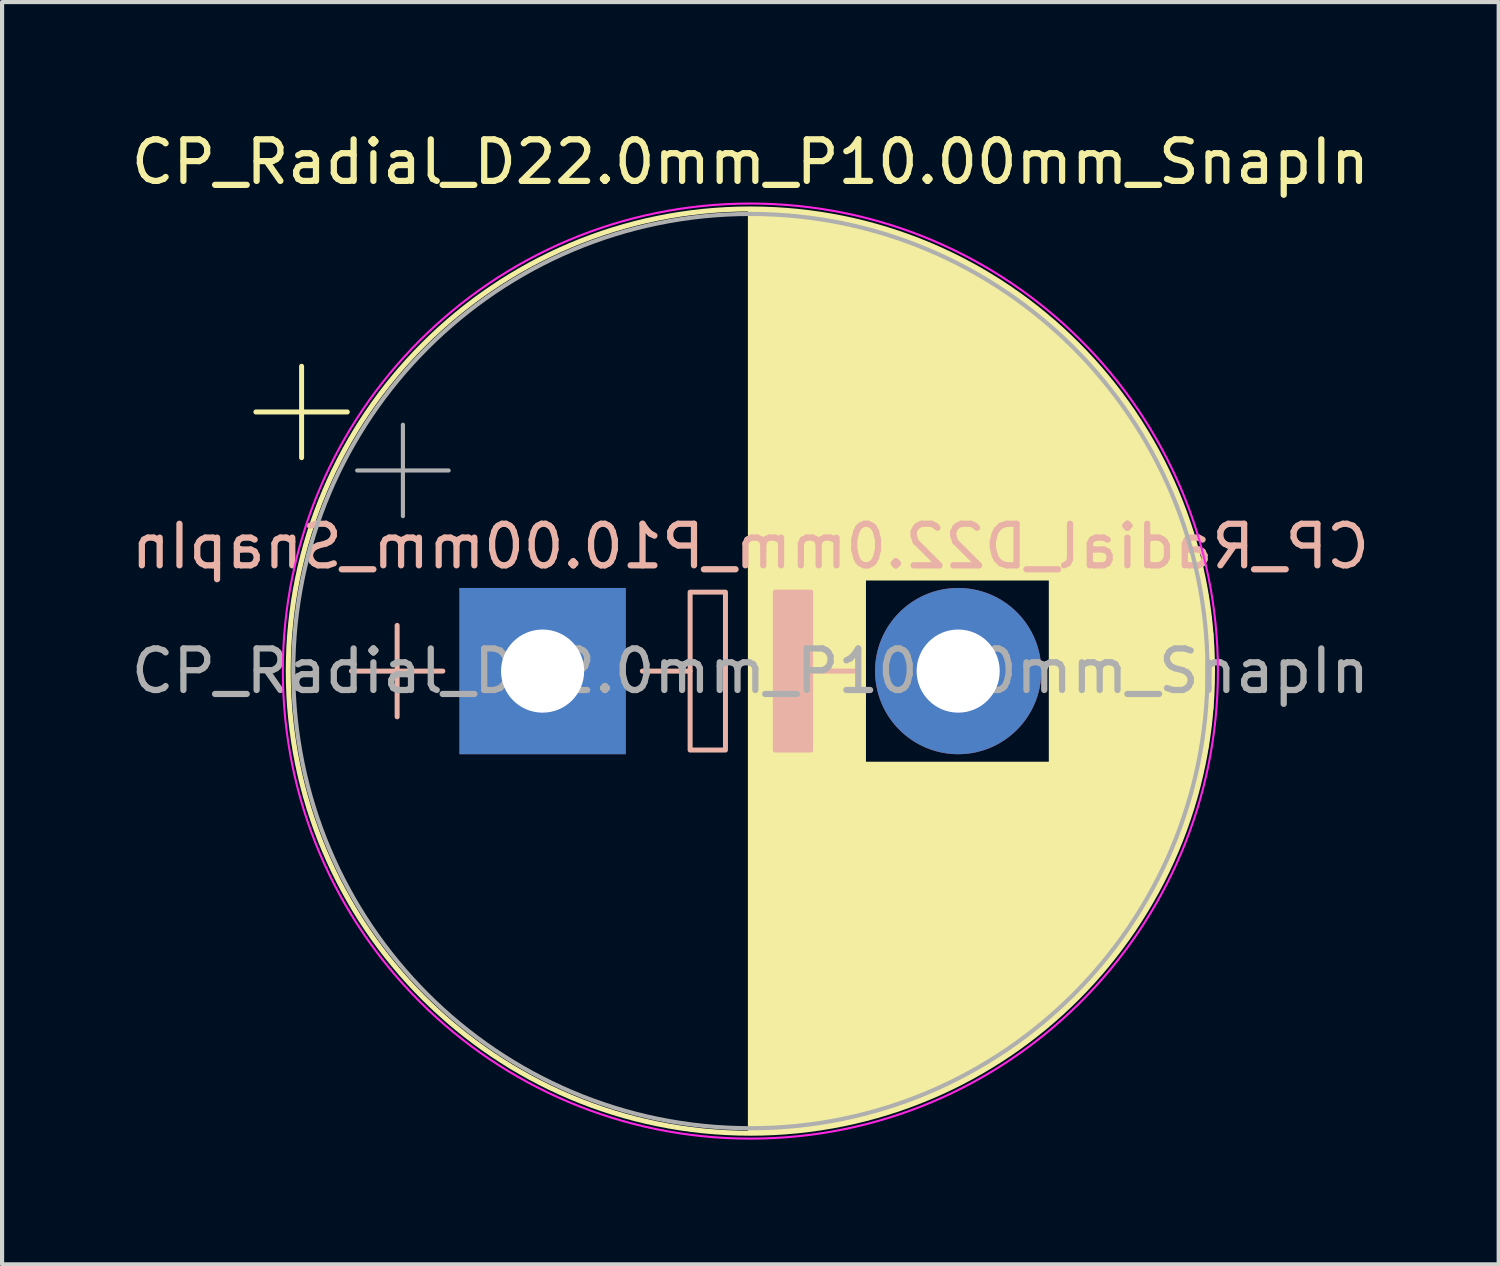
<source format=kicad_pcb>
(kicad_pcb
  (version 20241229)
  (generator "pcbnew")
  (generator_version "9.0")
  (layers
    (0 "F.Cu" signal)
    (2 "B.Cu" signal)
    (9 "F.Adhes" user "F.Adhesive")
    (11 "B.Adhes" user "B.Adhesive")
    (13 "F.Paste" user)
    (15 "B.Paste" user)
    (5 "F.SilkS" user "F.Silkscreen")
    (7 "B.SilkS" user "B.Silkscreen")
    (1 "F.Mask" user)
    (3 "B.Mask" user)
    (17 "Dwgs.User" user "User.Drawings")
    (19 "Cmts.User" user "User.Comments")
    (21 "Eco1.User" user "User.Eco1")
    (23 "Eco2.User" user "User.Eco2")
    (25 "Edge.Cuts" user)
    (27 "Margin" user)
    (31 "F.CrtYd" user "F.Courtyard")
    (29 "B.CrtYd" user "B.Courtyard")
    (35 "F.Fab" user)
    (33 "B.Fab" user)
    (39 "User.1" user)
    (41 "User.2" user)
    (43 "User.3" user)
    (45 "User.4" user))
  (footprint "CP_Radial_D22.0mm_P10.00mm_SnapIn"
    (layer "F.Cu")
    (at 10.006 13.098)
    (property "Reference" "CP_Radial_D22.0mm_P10.00mm_SnapIn" (at 5 -12.25 0) (layer "F.SilkS") (effects (font (size 1 1) (thickness 0.15))))
    (fp_line (start -6.899 -6.235) (end -4.699 -6.235) (stroke (width 0.12) (type solid)) (layer "F.SilkS"))
    (fp_line (start -5.799 -7.335) (end -5.799 -5.135) (stroke (width 0.12) (type solid)) (layer "F.SilkS"))
    (fp_line (start 5 -11.081) (end 5 11.081) (stroke (width 0.12) (type solid)) (layer "F.SilkS"))
    (fp_line (start 5.04 -11.08) (end 5.04 11.08) (stroke (width 0.12) (type solid)) (layer "F.SilkS"))
    (fp_line (start 5.08 -11.08) (end 5.08 11.08) (stroke (width 0.12) (type solid)) (layer "F.SilkS"))
    (fp_line (start 5.12 -11.08) (end 5.12 11.08) (stroke (width 0.12) (type solid)) (layer "F.SilkS"))
    (fp_line (start 5.16 -11.079) (end 5.16 11.079) (stroke (width 0.12) (type solid)) (layer "F.SilkS"))
    (fp_line (start 5.2 -11.079) (end 5.2 11.079) (stroke (width 0.12) (type solid)) (layer "F.SilkS"))
    (fp_line (start 5.24 -11.078) (end 5.24 11.078) (stroke (width 0.12) (type solid)) (layer "F.SilkS"))
    (fp_line (start 5.28 -11.077) (end 5.28 11.077) (stroke (width 0.12) (type solid)) (layer "F.SilkS"))
    (fp_line (start 5.32 -11.076) (end 5.32 11.076) (stroke (width 0.12) (type solid)) (layer "F.SilkS"))
    (fp_line (start 5.36 -11.075) (end 5.36 11.075) (stroke (width 0.12) (type solid)) (layer "F.SilkS"))
    (fp_line (start 5.4 -11.073) (end 5.4 11.073) (stroke (width 0.12) (type solid)) (layer "F.SilkS"))
    (fp_line (start 5.44 -11.072) (end 5.44 11.072) (stroke (width 0.12) (type solid)) (layer "F.SilkS"))
    (fp_line (start 5.48 -11.07) (end 5.48 11.07) (stroke (width 0.12) (type solid)) (layer "F.SilkS"))
    (fp_line (start 5.52 -11.068) (end 5.52 11.068) (stroke (width 0.12) (type solid)) (layer "F.SilkS"))
    (fp_line (start 5.56 -11.066) (end 5.56 11.066) (stroke (width 0.12) (type solid)) (layer "F.SilkS"))
    (fp_line (start 5.6 -11.064) (end 5.6 11.064) (stroke (width 0.12) (type solid)) (layer "F.SilkS"))
    (fp_line (start 5.64 -11.062) (end 5.64 11.062) (stroke (width 0.12) (type solid)) (layer "F.SilkS"))
    (fp_line (start 5.68 -11.06) (end 5.68 11.06) (stroke (width 0.12) (type solid)) (layer "F.SilkS"))
    (fp_line (start 5.721 -11.057) (end 5.721 11.057) (stroke (width 0.12) (type solid)) (layer "F.SilkS"))
    (fp_line (start 5.761 -11.054) (end 5.761 11.054) (stroke (width 0.12) (type solid)) (layer "F.SilkS"))
    (fp_line (start 5.801 -11.052) (end 5.801 11.052) (stroke (width 0.12) (type solid)) (layer "F.SilkS"))
    (fp_line (start 5.841 -11.049) (end 5.841 11.049) (stroke (width 0.12) (type solid)) (layer "F.SilkS"))
    (fp_line (start 5.881 -11.046) (end 5.881 11.046) (stroke (width 0.12) (type solid)) (layer "F.SilkS"))
    (fp_line (start 5.921 -11.042) (end 5.921 11.042) (stroke (width 0.12) (type solid)) (layer "F.SilkS"))
    (fp_line (start 5.961 -11.039) (end 5.961 11.039) (stroke (width 0.12) (type solid)) (layer "F.SilkS"))
    (fp_line (start 6.001 -11.035) (end 6.001 11.035) (stroke (width 0.12) (type solid)) (layer "F.SilkS"))
    (fp_line (start 6.041 -11.032) (end 6.041 11.032) (stroke (width 0.12) (type solid)) (layer "F.SilkS"))
    (fp_line (start 6.081 -11.028) (end 6.081 11.028) (stroke (width 0.12) (type solid)) (layer "F.SilkS"))
    (fp_line (start 6.121 -11.024) (end 6.121 11.024) (stroke (width 0.12) (type solid)) (layer "F.SilkS"))
    (fp_line (start 6.161 -11.02) (end 6.161 11.02) (stroke (width 0.12) (type solid)) (layer "F.SilkS"))
    (fp_line (start 6.201 -11.016) (end 6.201 11.016) (stroke (width 0.12) (type solid)) (layer "F.SilkS"))
    (fp_line (start 6.241 -11.011) (end 6.241 11.011) (stroke (width 0.12) (type solid)) (layer "F.SilkS"))
    (fp_line (start 6.281 -11.007) (end 6.281 11.007) (stroke (width 0.12) (type solid)) (layer "F.SilkS"))
    (fp_line (start 6.321 -11.002) (end 6.321 11.002) (stroke (width 0.12) (type solid)) (layer "F.SilkS"))
    (fp_line (start 6.361 -10.997) (end 6.361 10.997) (stroke (width 0.12) (type solid)) (layer "F.SilkS"))
    (fp_line (start 6.401 -10.992) (end 6.401 10.992) (stroke (width 0.12) (type solid)) (layer "F.SilkS"))
    (fp_line (start 6.441 -10.987) (end 6.441 10.987) (stroke (width 0.12) (type solid)) (layer "F.SilkS"))
    (fp_line (start 6.481 -10.982) (end 6.481 10.982) (stroke (width 0.12) (type solid)) (layer "F.SilkS"))
    (fp_line (start 6.521 -10.976) (end 6.521 10.976) (stroke (width 0.12) (type solid)) (layer "F.SilkS"))
    (fp_line (start 6.561 -10.971) (end 6.561 10.971) (stroke (width 0.12) (type solid)) (layer "F.SilkS"))
    (fp_line (start 6.601 -10.965) (end 6.601 10.965) (stroke (width 0.12) (type solid)) (layer "F.SilkS"))
    (fp_line (start 6.641 -10.959) (end 6.641 10.959) (stroke (width 0.12) (type solid)) (layer "F.SilkS"))
    (fp_line (start 6.681 -10.953) (end 6.681 10.953) (stroke (width 0.12) (type solid)) (layer "F.SilkS"))
    (fp_line (start 6.721 -10.947) (end 6.721 10.947) (stroke (width 0.12) (type solid)) (layer "F.SilkS"))
    (fp_line (start 6.761 -10.94) (end 6.761 10.94) (stroke (width 0.12) (type solid)) (layer "F.SilkS"))
    (fp_line (start 6.801 -10.934) (end 6.801 10.934) (stroke (width 0.12) (type solid)) (layer "F.SilkS"))
    (fp_line (start 6.841 -10.927) (end 6.841 10.927) (stroke (width 0.12) (type solid)) (layer "F.SilkS"))
    (fp_line (start 6.881 -10.92) (end 6.881 10.92) (stroke (width 0.12) (type solid)) (layer "F.SilkS"))
    (fp_line (start 6.921 -10.913) (end 6.921 10.913) (stroke (width 0.12) (type solid)) (layer "F.SilkS"))
    (fp_line (start 6.961 -10.906) (end 6.961 10.906) (stroke (width 0.12) (type solid)) (layer "F.SilkS"))
    (fp_line (start 7.001 -10.899) (end 7.001 10.899) (stroke (width 0.12) (type solid)) (layer "F.SilkS"))
    (fp_line (start 7.041 -10.892) (end 7.041 10.892) (stroke (width 0.12) (type solid)) (layer "F.SilkS"))
    (fp_line (start 7.081 -10.884) (end 7.081 10.884) (stroke (width 0.12) (type solid)) (layer "F.SilkS"))
    (fp_line (start 7.121 -10.877) (end 7.121 10.877) (stroke (width 0.12) (type solid)) (layer "F.SilkS"))
    (fp_line (start 7.161 -10.869) (end 7.161 10.869) (stroke (width 0.12) (type solid)) (layer "F.SilkS"))
    (fp_line (start 7.201 -10.861) (end 7.201 10.861) (stroke (width 0.12) (type solid)) (layer "F.SilkS"))
    (fp_line (start 7.241 -10.853) (end 7.241 10.853) (stroke (width 0.12) (type solid)) (layer "F.SilkS"))
    (fp_line (start 7.281 -10.844) (end 7.281 10.844) (stroke (width 0.12) (type solid)) (layer "F.SilkS"))
    (fp_line (start 7.321 -10.836) (end 7.321 10.836) (stroke (width 0.12) (type solid)) (layer "F.SilkS"))
    (fp_line (start 7.361 -10.827) (end 7.361 10.827) (stroke (width 0.12) (type solid)) (layer "F.SilkS"))
    (fp_line (start 7.401 -10.818) (end 7.401 10.818) (stroke (width 0.12) (type solid)) (layer "F.SilkS"))
    (fp_line (start 7.441 -10.809) (end 7.441 10.809) (stroke (width 0.12) (type solid)) (layer "F.SilkS"))
    (fp_line (start 7.481 -10.8) (end 7.481 10.8) (stroke (width 0.12) (type solid)) (layer "F.SilkS"))
    (fp_line (start 7.521 -10.791) (end 7.521 10.791) (stroke (width 0.12) (type solid)) (layer "F.SilkS"))
    (fp_line (start 7.561 -10.782) (end 7.561 10.782) (stroke (width 0.12) (type solid)) (layer "F.SilkS"))
    (fp_line (start 7.601 -10.772) (end 7.601 10.772) (stroke (width 0.12) (type solid)) (layer "F.SilkS"))
    (fp_line (start 7.641 -10.763) (end 7.641 10.763) (stroke (width 0.12) (type solid)) (layer "F.SilkS"))
    (fp_line (start 7.681 -10.753) (end 7.681 10.753) (stroke (width 0.12) (type solid)) (layer "F.SilkS"))
    (fp_line (start 7.721 -10.743) (end 7.721 10.743) (stroke (width 0.12) (type solid)) (layer "F.SilkS"))
    (fp_line (start 7.761 -10.733) (end 7.761 -2.24) (stroke (width 0.12) (type solid)) (layer "F.SilkS"))
    (fp_line (start 7.761 2.24) (end 7.761 10.733) (stroke (width 0.12) (type solid)) (layer "F.SilkS"))
    (fp_line (start 7.801 -10.722) (end 7.801 -2.24) (stroke (width 0.12) (type solid)) (layer "F.SilkS"))
    (fp_line (start 7.801 2.24) (end 7.801 10.722) (stroke (width 0.12) (type solid)) (layer "F.SilkS"))
    (fp_line (start 7.841 -10.712) (end 7.841 -2.24) (stroke (width 0.12) (type solid)) (layer "F.SilkS"))
    (fp_line (start 7.841 2.24) (end 7.841 10.712) (stroke (width 0.12) (type solid)) (layer "F.SilkS"))
    (fp_line (start 7.881 -10.701) (end 7.881 -2.24) (stroke (width 0.12) (type solid)) (layer "F.SilkS"))
    (fp_line (start 7.881 2.24) (end 7.881 10.701) (stroke (width 0.12) (type solid)) (layer "F.SilkS"))
    (fp_line (start 7.921 -10.69) (end 7.921 -2.24) (stroke (width 0.12) (type solid)) (layer "F.SilkS"))
    (fp_line (start 7.921 2.24) (end 7.921 10.69) (stroke (width 0.12) (type solid)) (layer "F.SilkS"))
    (fp_line (start 7.961 -10.679) (end 7.961 -2.24) (stroke (width 0.12) (type solid)) (layer "F.SilkS"))
    (fp_line (start 7.961 2.24) (end 7.961 10.679) (stroke (width 0.12) (type solid)) (layer "F.SilkS"))
    (fp_line (start 8.001 -10.668) (end 8.001 -2.24) (stroke (width 0.12) (type solid)) (layer "F.SilkS"))
    (fp_line (start 8.001 2.24) (end 8.001 10.668) (stroke (width 0.12) (type solid)) (layer "F.SilkS"))
    (fp_line (start 8.041 -10.657) (end 8.041 -2.24) (stroke (width 0.12) (type solid)) (layer "F.SilkS"))
    (fp_line (start 8.041 2.24) (end 8.041 10.657) (stroke (width 0.12) (type solid)) (layer "F.SilkS"))
    (fp_line (start 8.081 -10.645) (end 8.081 -2.24) (stroke (width 0.12) (type solid)) (layer "F.SilkS"))
    (fp_line (start 8.081 2.24) (end 8.081 10.645) (stroke (width 0.12) (type solid)) (layer "F.SilkS"))
    (fp_line (start 8.121 -10.634) (end 8.121 -2.24) (stroke (width 0.12) (type solid)) (layer "F.SilkS"))
    (fp_line (start 8.121 2.24) (end 8.121 10.634) (stroke (width 0.12) (type solid)) (layer "F.SilkS"))
    (fp_line (start 8.161 -10.622) (end 8.161 -2.24) (stroke (width 0.12) (type solid)) (layer "F.SilkS"))
    (fp_line (start 8.161 2.24) (end 8.161 10.622) (stroke (width 0.12) (type solid)) (layer "F.SilkS"))
    (fp_line (start 8.201 -10.61) (end 8.201 -2.24) (stroke (width 0.12) (type solid)) (layer "F.SilkS"))
    (fp_line (start 8.201 2.24) (end 8.201 10.61) (stroke (width 0.12) (type solid)) (layer "F.SilkS"))
    (fp_line (start 8.241 -10.598) (end 8.241 -2.24) (stroke (width 0.12) (type solid)) (layer "F.SilkS"))
    (fp_line (start 8.241 2.24) (end 8.241 10.598) (stroke (width 0.12) (type solid)) (layer "F.SilkS"))
    (fp_line (start 8.281 -10.586) (end 8.281 -2.24) (stroke (width 0.12) (type solid)) (layer "F.SilkS"))
    (fp_line (start 8.281 2.24) (end 8.281 10.586) (stroke (width 0.12) (type solid)) (layer "F.SilkS"))
    (fp_line (start 8.321 -10.573) (end 8.321 -2.24) (stroke (width 0.12) (type solid)) (layer "F.SilkS"))
    (fp_line (start 8.321 2.24) (end 8.321 10.573) (stroke (width 0.12) (type solid)) (layer "F.SilkS"))
    (fp_line (start 8.361 -10.561) (end 8.361 -2.24) (stroke (width 0.12) (type solid)) (layer "F.SilkS"))
    (fp_line (start 8.361 2.24) (end 8.361 10.561) (stroke (width 0.12) (type solid)) (layer "F.SilkS"))
    (fp_line (start 8.401 -10.548) (end 8.401 -2.24) (stroke (width 0.12) (type solid)) (layer "F.SilkS"))
    (fp_line (start 8.401 2.24) (end 8.401 10.548) (stroke (width 0.12) (type solid)) (layer "F.SilkS"))
    (fp_line (start 8.441 -10.535) (end 8.441 -2.24) (stroke (width 0.12) (type solid)) (layer "F.SilkS"))
    (fp_line (start 8.441 2.24) (end 8.441 10.535) (stroke (width 0.12) (type solid)) (layer "F.SilkS"))
    (fp_line (start 8.481 -10.522) (end 8.481 -2.24) (stroke (width 0.12) (type solid)) (layer "F.SilkS"))
    (fp_line (start 8.481 2.24) (end 8.481 10.522) (stroke (width 0.12) (type solid)) (layer "F.SilkS"))
    (fp_line (start 8.521 -10.509) (end 8.521 -2.24) (stroke (width 0.12) (type solid)) (layer "F.SilkS"))
    (fp_line (start 8.521 2.24) (end 8.521 10.509) (stroke (width 0.12) (type solid)) (layer "F.SilkS"))
    (fp_line (start 8.561 -10.495) (end 8.561 -2.24) (stroke (width 0.12) (type solid)) (layer "F.SilkS"))
    (fp_line (start 8.561 2.24) (end 8.561 10.495) (stroke (width 0.12) (type solid)) (layer "F.SilkS"))
    (fp_line (start 8.601 -10.482) (end 8.601 -2.24) (stroke (width 0.12) (type solid)) (layer "F.SilkS"))
    (fp_line (start 8.601 2.24) (end 8.601 10.482) (stroke (width 0.12) (type solid)) (layer "F.SilkS"))
    (fp_line (start 8.641 -10.468) (end 8.641 -2.24) (stroke (width 0.12) (type solid)) (layer "F.SilkS"))
    (fp_line (start 8.641 2.24) (end 8.641 10.468) (stroke (width 0.12) (type solid)) (layer "F.SilkS"))
    (fp_line (start 8.681 -10.454) (end 8.681 -2.24) (stroke (width 0.12) (type solid)) (layer "F.SilkS"))
    (fp_line (start 8.681 2.24) (end 8.681 10.454) (stroke (width 0.12) (type solid)) (layer "F.SilkS"))
    (fp_line (start 8.721 -10.44) (end 8.721 -2.24) (stroke (width 0.12) (type solid)) (layer "F.SilkS"))
    (fp_line (start 8.721 2.24) (end 8.721 10.44) (stroke (width 0.12) (type solid)) (layer "F.SilkS"))
    (fp_line (start 8.761 -10.426) (end 8.761 -2.24) (stroke (width 0.12) (type solid)) (layer "F.SilkS"))
    (fp_line (start 8.761 2.24) (end 8.761 10.426) (stroke (width 0.12) (type solid)) (layer "F.SilkS"))
    (fp_line (start 8.801 -10.411) (end 8.801 -2.24) (stroke (width 0.12) (type solid)) (layer "F.SilkS"))
    (fp_line (start 8.801 2.24) (end 8.801 10.411) (stroke (width 0.12) (type solid)) (layer "F.SilkS"))
    (fp_line (start 8.841 -10.396) (end 8.841 -2.24) (stroke (width 0.12) (type solid)) (layer "F.SilkS"))
    (fp_line (start 8.841 2.24) (end 8.841 10.396) (stroke (width 0.12) (type solid)) (layer "F.SilkS"))
    (fp_line (start 8.881 -10.382) (end 8.881 -2.24) (stroke (width 0.12) (type solid)) (layer "F.SilkS"))
    (fp_line (start 8.881 2.24) (end 8.881 10.382) (stroke (width 0.12) (type solid)) (layer "F.SilkS"))
    (fp_line (start 8.921 -10.367) (end 8.921 -2.24) (stroke (width 0.12) (type solid)) (layer "F.SilkS"))
    (fp_line (start 8.921 2.24) (end 8.921 10.367) (stroke (width 0.12) (type solid)) (layer "F.SilkS"))
    (fp_line (start 8.961 -10.351) (end 8.961 -2.24) (stroke (width 0.12) (type solid)) (layer "F.SilkS"))
    (fp_line (start 8.961 2.24) (end 8.961 10.351) (stroke (width 0.12) (type solid)) (layer "F.SilkS"))
    (fp_line (start 9.001 -10.336) (end 9.001 -2.24) (stroke (width 0.12) (type solid)) (layer "F.SilkS"))
    (fp_line (start 9.001 2.24) (end 9.001 10.336) (stroke (width 0.12) (type solid)) (layer "F.SilkS"))
    (fp_line (start 9.041 -10.321) (end 9.041 -2.24) (stroke (width 0.12) (type solid)) (layer "F.SilkS"))
    (fp_line (start 9.041 2.24) (end 9.041 10.321) (stroke (width 0.12) (type solid)) (layer "F.SilkS"))
    (fp_line (start 9.081 -10.305) (end 9.081 -2.24) (stroke (width 0.12) (type solid)) (layer "F.SilkS"))
    (fp_line (start 9.081 2.24) (end 9.081 10.305) (stroke (width 0.12) (type solid)) (layer "F.SilkS"))
    (fp_line (start 9.121 -10.289) (end 9.121 -2.24) (stroke (width 0.12) (type solid)) (layer "F.SilkS"))
    (fp_line (start 9.121 2.24) (end 9.121 10.289) (stroke (width 0.12) (type solid)) (layer "F.SilkS"))
    (fp_line (start 9.161 -10.273) (end 9.161 -2.24) (stroke (width 0.12) (type solid)) (layer "F.SilkS"))
    (fp_line (start 9.161 2.24) (end 9.161 10.273) (stroke (width 0.12) (type solid)) (layer "F.SilkS"))
    (fp_line (start 9.201 -10.257) (end 9.201 -2.24) (stroke (width 0.12) (type solid)) (layer "F.SilkS"))
    (fp_line (start 9.201 2.24) (end 9.201 10.257) (stroke (width 0.12) (type solid)) (layer "F.SilkS"))
    (fp_line (start 9.241 -10.24) (end 9.241 -2.24) (stroke (width 0.12) (type solid)) (layer "F.SilkS"))
    (fp_line (start 9.241 2.24) (end 9.241 10.24) (stroke (width 0.12) (type solid)) (layer "F.SilkS"))
    (fp_line (start 9.281 -10.224) (end 9.281 -2.24) (stroke (width 0.12) (type solid)) (layer "F.SilkS"))
    (fp_line (start 9.281 2.24) (end 9.281 10.224) (stroke (width 0.12) (type solid)) (layer "F.SilkS"))
    (fp_line (start 9.321 -10.207) (end 9.321 -2.24) (stroke (width 0.12) (type solid)) (layer "F.SilkS"))
    (fp_line (start 9.321 2.24) (end 9.321 10.207) (stroke (width 0.12) (type solid)) (layer "F.SilkS"))
    (fp_line (start 9.361 -10.19) (end 9.361 -2.24) (stroke (width 0.12) (type solid)) (layer "F.SilkS"))
    (fp_line (start 9.361 2.24) (end 9.361 10.19) (stroke (width 0.12) (type solid)) (layer "F.SilkS"))
    (fp_line (start 9.401 -10.173) (end 9.401 -2.24) (stroke (width 0.12) (type solid)) (layer "F.SilkS"))
    (fp_line (start 9.401 2.24) (end 9.401 10.173) (stroke (width 0.12) (type solid)) (layer "F.SilkS"))
    (fp_line (start 9.441 -10.156) (end 9.441 -2.24) (stroke (width 0.12) (type solid)) (layer "F.SilkS"))
    (fp_line (start 9.441 2.24) (end 9.441 10.156) (stroke (width 0.12) (type solid)) (layer "F.SilkS"))
    (fp_line (start 9.481 -10.138) (end 9.481 -2.24) (stroke (width 0.12) (type solid)) (layer "F.SilkS"))
    (fp_line (start 9.481 2.24) (end 9.481 10.138) (stroke (width 0.12) (type solid)) (layer "F.SilkS"))
    (fp_line (start 9.521 -10.12) (end 9.521 -2.24) (stroke (width 0.12) (type solid)) (layer "F.SilkS"))
    (fp_line (start 9.521 2.24) (end 9.521 10.12) (stroke (width 0.12) (type solid)) (layer "F.SilkS"))
    (fp_line (start 9.561 -10.103) (end 9.561 -2.24) (stroke (width 0.12) (type solid)) (layer "F.SilkS"))
    (fp_line (start 9.561 2.24) (end 9.561 10.103) (stroke (width 0.12) (type solid)) (layer "F.SilkS"))
    (fp_line (start 9.601 -10.084) (end 9.601 -2.24) (stroke (width 0.12) (type solid)) (layer "F.SilkS"))
    (fp_line (start 9.601 2.24) (end 9.601 10.084) (stroke (width 0.12) (type solid)) (layer "F.SilkS"))
    (fp_line (start 9.641 -10.066) (end 9.641 -2.24) (stroke (width 0.12) (type solid)) (layer "F.SilkS"))
    (fp_line (start 9.641 2.24) (end 9.641 10.066) (stroke (width 0.12) (type solid)) (layer "F.SilkS"))
    (fp_line (start 9.681 -10.048) (end 9.681 -2.24) (stroke (width 0.12) (type solid)) (layer "F.SilkS"))
    (fp_line (start 9.681 2.24) (end 9.681 10.048) (stroke (width 0.12) (type solid)) (layer "F.SilkS"))
    (fp_line (start 9.721 -10.029) (end 9.721 -2.24) (stroke (width 0.12) (type solid)) (layer "F.SilkS"))
    (fp_line (start 9.721 2.24) (end 9.721 10.029) (stroke (width 0.12) (type solid)) (layer "F.SilkS"))
    (fp_line (start 9.761 -10.01) (end 9.761 -2.24) (stroke (width 0.12) (type solid)) (layer "F.SilkS"))
    (fp_line (start 9.761 2.24) (end 9.761 10.01) (stroke (width 0.12) (type solid)) (layer "F.SilkS"))
    (fp_line (start 9.801 -9.991) (end 9.801 -2.24) (stroke (width 0.12) (type solid)) (layer "F.SilkS"))
    (fp_line (start 9.801 2.24) (end 9.801 9.991) (stroke (width 0.12) (type solid)) (layer "F.SilkS"))
    (fp_line (start 9.841 -9.972) (end 9.841 -2.24) (stroke (width 0.12) (type solid)) (layer "F.SilkS"))
    (fp_line (start 9.841 2.24) (end 9.841 9.972) (stroke (width 0.12) (type solid)) (layer "F.SilkS"))
    (fp_line (start 9.881 -9.952) (end 9.881 -2.24) (stroke (width 0.12) (type solid)) (layer "F.SilkS"))
    (fp_line (start 9.881 2.24) (end 9.881 9.952) (stroke (width 0.12) (type solid)) (layer "F.SilkS"))
    (fp_line (start 9.921 -9.933) (end 9.921 -2.24) (stroke (width 0.12) (type solid)) (layer "F.SilkS"))
    (fp_line (start 9.921 2.24) (end 9.921 9.933) (stroke (width 0.12) (type solid)) (layer "F.SilkS"))
    (fp_line (start 9.961 -9.913) (end 9.961 -2.24) (stroke (width 0.12) (type solid)) (layer "F.SilkS"))
    (fp_line (start 9.961 2.24) (end 9.961 9.913) (stroke (width 0.12) (type solid)) (layer "F.SilkS"))
    (fp_line (start 10.001 -9.893) (end 10.001 -2.24) (stroke (width 0.12) (type solid)) (layer "F.SilkS"))
    (fp_line (start 10.001 2.24) (end 10.001 9.893) (stroke (width 0.12) (type solid)) (layer "F.SilkS"))
    (fp_line (start 10.041 -9.873) (end 10.041 -2.24) (stroke (width 0.12) (type solid)) (layer "F.SilkS"))
    (fp_line (start 10.041 2.24) (end 10.041 9.873) (stroke (width 0.12) (type solid)) (layer "F.SilkS"))
    (fp_line (start 10.081 -9.852) (end 10.081 -2.24) (stroke (width 0.12) (type solid)) (layer "F.SilkS"))
    (fp_line (start 10.081 2.24) (end 10.081 9.852) (stroke (width 0.12) (type solid)) (layer "F.SilkS"))
    (fp_line (start 10.121 -9.832) (end 10.121 -2.24) (stroke (width 0.12) (type solid)) (layer "F.SilkS"))
    (fp_line (start 10.121 2.24) (end 10.121 9.832) (stroke (width 0.12) (type solid)) (layer "F.SilkS"))
    (fp_line (start 10.161 -9.811) (end 10.161 -2.24) (stroke (width 0.12) (type solid)) (layer "F.SilkS"))
    (fp_line (start 10.161 2.24) (end 10.161 9.811) (stroke (width 0.12) (type solid)) (layer "F.SilkS"))
    (fp_line (start 10.201 -9.79) (end 10.201 -2.24) (stroke (width 0.12) (type solid)) (layer "F.SilkS"))
    (fp_line (start 10.201 2.24) (end 10.201 9.79) (stroke (width 0.12) (type solid)) (layer "F.SilkS"))
    (fp_line (start 10.241 -9.768) (end 10.241 -2.24) (stroke (width 0.12) (type solid)) (layer "F.SilkS"))
    (fp_line (start 10.241 2.24) (end 10.241 9.768) (stroke (width 0.12) (type solid)) (layer "F.SilkS"))
    (fp_line (start 10.281 -9.747) (end 10.281 -2.24) (stroke (width 0.12) (type solid)) (layer "F.SilkS"))
    (fp_line (start 10.281 2.24) (end 10.281 9.747) (stroke (width 0.12) (type solid)) (layer "F.SilkS"))
    (fp_line (start 10.321 -9.725) (end 10.321 -2.24) (stroke (width 0.12) (type solid)) (layer "F.SilkS"))
    (fp_line (start 10.321 2.24) (end 10.321 9.725) (stroke (width 0.12) (type solid)) (layer "F.SilkS"))
    (fp_line (start 10.361 -9.703) (end 10.361 -2.24) (stroke (width 0.12) (type solid)) (layer "F.SilkS"))
    (fp_line (start 10.361 2.24) (end 10.361 9.703) (stroke (width 0.12) (type solid)) (layer "F.SilkS"))
    (fp_line (start 10.401 -9.681) (end 10.401 -2.24) (stroke (width 0.12) (type solid)) (layer "F.SilkS"))
    (fp_line (start 10.401 2.24) (end 10.401 9.681) (stroke (width 0.12) (type solid)) (layer "F.SilkS"))
    (fp_line (start 10.441 -9.659) (end 10.441 -2.24) (stroke (width 0.12) (type solid)) (layer "F.SilkS"))
    (fp_line (start 10.441 2.24) (end 10.441 9.659) (stroke (width 0.12) (type solid)) (layer "F.SilkS"))
    (fp_line (start 10.481 -9.636) (end 10.481 -2.24) (stroke (width 0.12) (type solid)) (layer "F.SilkS"))
    (fp_line (start 10.481 2.24) (end 10.481 9.636) (stroke (width 0.12) (type solid)) (layer "F.SilkS"))
    (fp_line (start 10.521 -9.614) (end 10.521 -2.24) (stroke (width 0.12) (type solid)) (layer "F.SilkS"))
    (fp_line (start 10.521 2.24) (end 10.521 9.614) (stroke (width 0.12) (type solid)) (layer "F.SilkS"))
    (fp_line (start 10.561 -9.591) (end 10.561 -2.24) (stroke (width 0.12) (type solid)) (layer "F.SilkS"))
    (fp_line (start 10.561 2.24) (end 10.561 9.591) (stroke (width 0.12) (type solid)) (layer "F.SilkS"))
    (fp_line (start 10.601 -9.567) (end 10.601 -2.24) (stroke (width 0.12) (type solid)) (layer "F.SilkS"))
    (fp_line (start 10.601 2.24) (end 10.601 9.567) (stroke (width 0.12) (type solid)) (layer "F.SilkS"))
    (fp_line (start 10.641 -9.544) (end 10.641 -2.24) (stroke (width 0.12) (type solid)) (layer "F.SilkS"))
    (fp_line (start 10.641 2.24) (end 10.641 9.544) (stroke (width 0.12) (type solid)) (layer "F.SilkS"))
    (fp_line (start 10.681 -9.52) (end 10.681 -2.24) (stroke (width 0.12) (type solid)) (layer "F.SilkS"))
    (fp_line (start 10.681 2.24) (end 10.681 9.52) (stroke (width 0.12) (type solid)) (layer "F.SilkS"))
    (fp_line (start 10.721 -9.497) (end 10.721 -2.24) (stroke (width 0.12) (type solid)) (layer "F.SilkS"))
    (fp_line (start 10.721 2.24) (end 10.721 9.497) (stroke (width 0.12) (type solid)) (layer "F.SilkS"))
    (fp_line (start 10.761 -9.472) (end 10.761 -2.24) (stroke (width 0.12) (type solid)) (layer "F.SilkS"))
    (fp_line (start 10.761 2.24) (end 10.761 9.472) (stroke (width 0.12) (type solid)) (layer "F.SilkS"))
    (fp_line (start 10.801 -9.448) (end 10.801 -2.24) (stroke (width 0.12) (type solid)) (layer "F.SilkS"))
    (fp_line (start 10.801 2.24) (end 10.801 9.448) (stroke (width 0.12) (type solid)) (layer "F.SilkS"))
    (fp_line (start 10.841 -9.424) (end 10.841 -2.24) (stroke (width 0.12) (type solid)) (layer "F.SilkS"))
    (fp_line (start 10.841 2.24) (end 10.841 9.424) (stroke (width 0.12) (type solid)) (layer "F.SilkS"))
    (fp_line (start 10.881 -9.399) (end 10.881 -2.24) (stroke (width 0.12) (type solid)) (layer "F.SilkS"))
    (fp_line (start 10.881 2.24) (end 10.881 9.399) (stroke (width 0.12) (type solid)) (layer "F.SilkS"))
    (fp_line (start 10.921 -9.374) (end 10.921 -2.24) (stroke (width 0.12) (type solid)) (layer "F.SilkS"))
    (fp_line (start 10.921 2.24) (end 10.921 9.374) (stroke (width 0.12) (type solid)) (layer "F.SilkS"))
    (fp_line (start 10.961 -9.348) (end 10.961 -2.24) (stroke (width 0.12) (type solid)) (layer "F.SilkS"))
    (fp_line (start 10.961 2.24) (end 10.961 9.348) (stroke (width 0.12) (type solid)) (layer "F.SilkS"))
    (fp_line (start 11.001 -9.323) (end 11.001 -2.24) (stroke (width 0.12) (type solid)) (layer "F.SilkS"))
    (fp_line (start 11.001 2.24) (end 11.001 9.323) (stroke (width 0.12) (type solid)) (layer "F.SilkS"))
    (fp_line (start 11.041 -9.297) (end 11.041 -2.24) (stroke (width 0.12) (type solid)) (layer "F.SilkS"))
    (fp_line (start 11.041 2.24) (end 11.041 9.297) (stroke (width 0.12) (type solid)) (layer "F.SilkS"))
    (fp_line (start 11.081 -9.271) (end 11.081 -2.24) (stroke (width 0.12) (type solid)) (layer "F.SilkS"))
    (fp_line (start 11.081 2.24) (end 11.081 9.271) (stroke (width 0.12) (type solid)) (layer "F.SilkS"))
    (fp_line (start 11.121 -9.245) (end 11.121 -2.24) (stroke (width 0.12) (type solid)) (layer "F.SilkS"))
    (fp_line (start 11.121 2.24) (end 11.121 9.245) (stroke (width 0.12) (type solid)) (layer "F.SilkS"))
    (fp_line (start 11.161 -9.218) (end 11.161 -2.24) (stroke (width 0.12) (type solid)) (layer "F.SilkS"))
    (fp_line (start 11.161 2.24) (end 11.161 9.218) (stroke (width 0.12) (type solid)) (layer "F.SilkS"))
    (fp_line (start 11.201 -9.192) (end 11.201 -2.24) (stroke (width 0.12) (type solid)) (layer "F.SilkS"))
    (fp_line (start 11.201 2.24) (end 11.201 9.192) (stroke (width 0.12) (type solid)) (layer "F.SilkS"))
    (fp_line (start 11.241 -9.165) (end 11.241 -2.24) (stroke (width 0.12) (type solid)) (layer "F.SilkS"))
    (fp_line (start 11.241 2.24) (end 11.241 9.165) (stroke (width 0.12) (type solid)) (layer "F.SilkS"))
    (fp_line (start 11.281 -9.137) (end 11.281 -2.24) (stroke (width 0.12) (type solid)) (layer "F.SilkS"))
    (fp_line (start 11.281 2.24) (end 11.281 9.137) (stroke (width 0.12) (type solid)) (layer "F.SilkS"))
    (fp_line (start 11.321 -9.11) (end 11.321 -2.24) (stroke (width 0.12) (type solid)) (layer "F.SilkS"))
    (fp_line (start 11.321 2.24) (end 11.321 9.11) (stroke (width 0.12) (type solid)) (layer "F.SilkS"))
    (fp_line (start 11.361 -9.082) (end 11.361 -2.24) (stroke (width 0.12) (type solid)) (layer "F.SilkS"))
    (fp_line (start 11.361 2.24) (end 11.361 9.082) (stroke (width 0.12) (type solid)) (layer "F.SilkS"))
    (fp_line (start 11.401 -9.054) (end 11.401 -2.24) (stroke (width 0.12) (type solid)) (layer "F.SilkS"))
    (fp_line (start 11.401 2.24) (end 11.401 9.054) (stroke (width 0.12) (type solid)) (layer "F.SilkS"))
    (fp_line (start 11.441 -9.026) (end 11.441 -2.24) (stroke (width 0.12) (type solid)) (layer "F.SilkS"))
    (fp_line (start 11.441 2.24) (end 11.441 9.026) (stroke (width 0.12) (type solid)) (layer "F.SilkS"))
    (fp_line (start 11.481 -8.997) (end 11.481 -2.24) (stroke (width 0.12) (type solid)) (layer "F.SilkS"))
    (fp_line (start 11.481 2.24) (end 11.481 8.997) (stroke (width 0.12) (type solid)) (layer "F.SilkS"))
    (fp_line (start 11.521 -8.968) (end 11.521 -2.24) (stroke (width 0.12) (type solid)) (layer "F.SilkS"))
    (fp_line (start 11.521 2.24) (end 11.521 8.968) (stroke (width 0.12) (type solid)) (layer "F.SilkS"))
    (fp_line (start 11.561 -8.939) (end 11.561 -2.24) (stroke (width 0.12) (type solid)) (layer "F.SilkS"))
    (fp_line (start 11.561 2.24) (end 11.561 8.939) (stroke (width 0.12) (type solid)) (layer "F.SilkS"))
    (fp_line (start 11.601 -8.91) (end 11.601 -2.24) (stroke (width 0.12) (type solid)) (layer "F.SilkS"))
    (fp_line (start 11.601 2.24) (end 11.601 8.91) (stroke (width 0.12) (type solid)) (layer "F.SilkS"))
    (fp_line (start 11.641 -8.88) (end 11.641 -2.24) (stroke (width 0.12) (type solid)) (layer "F.SilkS"))
    (fp_line (start 11.641 2.24) (end 11.641 8.88) (stroke (width 0.12) (type solid)) (layer "F.SilkS"))
    (fp_line (start 11.681 -8.85) (end 11.681 -2.24) (stroke (width 0.12) (type solid)) (layer "F.SilkS"))
    (fp_line (start 11.681 2.24) (end 11.681 8.85) (stroke (width 0.12) (type solid)) (layer "F.SilkS"))
    (fp_line (start 11.721 -8.82) (end 11.721 -2.24) (stroke (width 0.12) (type solid)) (layer "F.SilkS"))
    (fp_line (start 11.721 2.24) (end 11.721 8.82) (stroke (width 0.12) (type solid)) (layer "F.SilkS"))
    (fp_line (start 11.761 -8.79) (end 11.761 -2.24) (stroke (width 0.12) (type solid)) (layer "F.SilkS"))
    (fp_line (start 11.761 2.24) (end 11.761 8.79) (stroke (width 0.12) (type solid)) (layer "F.SilkS"))
    (fp_line (start 11.801 -8.759) (end 11.801 -2.24) (stroke (width 0.12) (type solid)) (layer "F.SilkS"))
    (fp_line (start 11.801 2.24) (end 11.801 8.759) (stroke (width 0.12) (type solid)) (layer "F.SilkS"))
    (fp_line (start 11.841 -8.728) (end 11.841 -2.24) (stroke (width 0.12) (type solid)) (layer "F.SilkS"))
    (fp_line (start 11.841 2.24) (end 11.841 8.728) (stroke (width 0.12) (type solid)) (layer "F.SilkS"))
    (fp_line (start 11.881 -8.697) (end 11.881 -2.24) (stroke (width 0.12) (type solid)) (layer "F.SilkS"))
    (fp_line (start 11.881 2.24) (end 11.881 8.697) (stroke (width 0.12) (type solid)) (layer "F.SilkS"))
    (fp_line (start 11.921 -8.665) (end 11.921 -2.24) (stroke (width 0.12) (type solid)) (layer "F.SilkS"))
    (fp_line (start 11.921 2.24) (end 11.921 8.665) (stroke (width 0.12) (type solid)) (layer "F.SilkS"))
    (fp_line (start 11.961 -8.633) (end 11.961 -2.24) (stroke (width 0.12) (type solid)) (layer "F.SilkS"))
    (fp_line (start 11.961 2.24) (end 11.961 8.633) (stroke (width 0.12) (type solid)) (layer "F.SilkS"))
    (fp_line (start 12.001 -8.601) (end 12.001 -2.24) (stroke (width 0.12) (type solid)) (layer "F.SilkS"))
    (fp_line (start 12.001 2.24) (end 12.001 8.601) (stroke (width 0.12) (type solid)) (layer "F.SilkS"))
    (fp_line (start 12.041 -8.568) (end 12.041 -2.24) (stroke (width 0.12) (type solid)) (layer "F.SilkS"))
    (fp_line (start 12.041 2.24) (end 12.041 8.568) (stroke (width 0.12) (type solid)) (layer "F.SilkS"))
    (fp_line (start 12.081 -8.535) (end 12.081 -2.24) (stroke (width 0.12) (type solid)) (layer "F.SilkS"))
    (fp_line (start 12.081 2.24) (end 12.081 8.535) (stroke (width 0.12) (type solid)) (layer "F.SilkS"))
    (fp_line (start 12.121 -8.502) (end 12.121 -2.24) (stroke (width 0.12) (type solid)) (layer "F.SilkS"))
    (fp_line (start 12.121 2.24) (end 12.121 8.502) (stroke (width 0.12) (type solid)) (layer "F.SilkS"))
    (fp_line (start 12.161 -8.469) (end 12.161 -2.24) (stroke (width 0.12) (type solid)) (layer "F.SilkS"))
    (fp_line (start 12.161 2.24) (end 12.161 8.469) (stroke (width 0.12) (type solid)) (layer "F.SilkS"))
    (fp_line (start 12.201 -8.435) (end 12.201 -2.24) (stroke (width 0.12) (type solid)) (layer "F.SilkS"))
    (fp_line (start 12.201 2.24) (end 12.201 8.435) (stroke (width 0.12) (type solid)) (layer "F.SilkS"))
    (fp_line (start 12.241 -8.401) (end 12.241 8.401) (stroke (width 0.12) (type solid)) (layer "F.SilkS"))
    (fp_line (start 12.281 -8.366) (end 12.281 8.366) (stroke (width 0.12) (type solid)) (layer "F.SilkS"))
    (fp_line (start 12.321 -8.331) (end 12.321 8.331) (stroke (width 0.12) (type solid)) (layer "F.SilkS"))
    (fp_line (start 12.361 -8.296) (end 12.361 8.296) (stroke (width 0.12) (type solid)) (layer "F.SilkS"))
    (fp_line (start 12.401 -8.261) (end 12.401 8.261) (stroke (width 0.12) (type solid)) (layer "F.SilkS"))
    (fp_line (start 12.441 -8.225) (end 12.441 8.225) (stroke (width 0.12) (type solid)) (layer "F.SilkS"))
    (fp_line (start 12.481 -8.189) (end 12.481 8.189) (stroke (width 0.12) (type solid)) (layer "F.SilkS"))
    (fp_line (start 12.521 -8.152) (end 12.521 8.152) (stroke (width 0.12) (type solid)) (layer "F.SilkS"))
    (fp_line (start 12.561 -8.115) (end 12.561 8.115) (stroke (width 0.12) (type solid)) (layer "F.SilkS"))
    (fp_line (start 12.601 -8.078) (end 12.601 8.078) (stroke (width 0.12) (type solid)) (layer "F.SilkS"))
    (fp_line (start 12.641 -8.04) (end 12.641 8.04) (stroke (width 0.12) (type solid)) (layer "F.SilkS"))
    (fp_line (start 12.681 -8.002) (end 12.681 8.002) (stroke (width 0.12) (type solid)) (layer "F.SilkS"))
    (fp_line (start 12.721 -7.964) (end 12.721 7.964) (stroke (width 0.12) (type solid)) (layer "F.SilkS"))
    (fp_line (start 12.761 -7.925) (end 12.761 7.925) (stroke (width 0.12) (type solid)) (layer "F.SilkS"))
    (fp_line (start 12.801 -7.886) (end 12.801 7.886) (stroke (width 0.12) (type solid)) (layer "F.SilkS"))
    (fp_line (start 12.841 -7.846) (end 12.841 7.846) (stroke (width 0.12) (type solid)) (layer "F.SilkS"))
    (fp_line (start 12.881 -7.807) (end 12.881 7.807) (stroke (width 0.12) (type solid)) (layer "F.SilkS"))
    (fp_line (start 12.921 -7.766) (end 12.921 7.766) (stroke (width 0.12) (type solid)) (layer "F.SilkS"))
    (fp_line (start 12.961 -7.725) (end 12.961 7.725) (stroke (width 0.12) (type solid)) (layer "F.SilkS"))
    (fp_line (start 13.001 -7.684) (end 13.001 7.684) (stroke (width 0.12) (type solid)) (layer "F.SilkS"))
    (fp_line (start 13.041 -7.642) (end 13.041 7.642) (stroke (width 0.12) (type solid)) (layer "F.SilkS"))
    (fp_line (start 13.081 -7.6) (end 13.081 7.6) (stroke (width 0.12) (type solid)) (layer "F.SilkS"))
    (fp_line (start 13.121 -7.558) (end 13.121 7.558) (stroke (width 0.12) (type solid)) (layer "F.SilkS"))
    (fp_line (start 13.161 -7.515) (end 13.161 7.515) (stroke (width 0.12) (type solid)) (layer "F.SilkS"))
    (fp_line (start 13.2 -7.471) (end 13.2 7.471) (stroke (width 0.12) (type solid)) (layer "F.SilkS"))
    (fp_line (start 13.24 -7.428) (end 13.24 7.428) (stroke (width 0.12) (type solid)) (layer "F.SilkS"))
    (fp_line (start 13.28 -7.383) (end 13.28 7.383) (stroke (width 0.12) (type solid)) (layer "F.SilkS"))
    (fp_line (start 13.32 -7.338) (end 13.32 7.338) (stroke (width 0.12) (type solid)) (layer "F.SilkS"))
    (fp_line (start 13.36 -7.293) (end 13.36 7.293) (stroke (width 0.12) (type solid)) (layer "F.SilkS"))
    (fp_line (start 13.4 -7.247) (end 13.4 7.247) (stroke (width 0.12) (type solid)) (layer "F.SilkS"))
    (fp_line (start 13.44 -7.201) (end 13.44 7.201) (stroke (width 0.12) (type solid)) (layer "F.SilkS"))
    (fp_line (start 13.48 -7.154) (end 13.48 7.154) (stroke (width 0.12) (type solid)) (layer "F.SilkS"))
    (fp_line (start 13.52 -7.106) (end 13.52 7.106) (stroke (width 0.12) (type solid)) (layer "F.SilkS"))
    (fp_line (start 13.56 -7.058) (end 13.56 7.058) (stroke (width 0.12) (type solid)) (layer "F.SilkS"))
    (fp_line (start 13.6 -7.01) (end 13.6 7.01) (stroke (width 0.12) (type solid)) (layer "F.SilkS"))
    (fp_line (start 13.64 -6.961) (end 13.64 6.961) (stroke (width 0.12) (type solid)) (layer "F.SilkS"))
    (fp_line (start 13.68 -6.911) (end 13.68 6.911) (stroke (width 0.12) (type solid)) (layer "F.SilkS"))
    (fp_line (start 13.72 -6.861) (end 13.72 6.861) (stroke (width 0.12) (type solid)) (layer "F.SilkS"))
    (fp_line (start 13.76 -6.81) (end 13.76 6.81) (stroke (width 0.12) (type solid)) (layer "F.SilkS"))
    (fp_line (start 13.8 -6.759) (end 13.8 6.759) (stroke (width 0.12) (type solid)) (layer "F.SilkS"))
    (fp_line (start 13.84 -6.707) (end 13.84 6.707) (stroke (width 0.12) (type solid)) (layer "F.SilkS"))
    (fp_line (start 13.88 -6.654) (end 13.88 6.654) (stroke (width 0.12) (type solid)) (layer "F.SilkS"))
    (fp_line (start 13.92 -6.6) (end 13.92 6.6) (stroke (width 0.12) (type solid)) (layer "F.SilkS"))
    (fp_line (start 13.96 -6.546) (end 13.96 6.546) (stroke (width 0.12) (type solid)) (layer "F.SilkS"))
    (fp_line (start 14 -6.492) (end 14 6.492) (stroke (width 0.12) (type solid)) (layer "F.SilkS"))
    (fp_line (start 14.04 -6.436) (end 14.04 6.436) (stroke (width 0.12) (type solid)) (layer "F.SilkS"))
    (fp_line (start 14.08 -6.38) (end 14.08 6.38) (stroke (width 0.12) (type solid)) (layer "F.SilkS"))
    (fp_line (start 14.12 -6.323) (end 14.12 6.323) (stroke (width 0.12) (type solid)) (layer "F.SilkS"))
    (fp_line (start 14.16 -6.265) (end 14.16 6.265) (stroke (width 0.12) (type solid)) (layer "F.SilkS"))
    (fp_line (start 14.2 -6.207) (end 14.2 6.207) (stroke (width 0.12) (type solid)) (layer "F.SilkS"))
    (fp_line (start 14.24 -6.147) (end 14.24 6.147) (stroke (width 0.12) (type solid)) (layer "F.SilkS"))
    (fp_line (start 14.28 -6.087) (end 14.28 6.087) (stroke (width 0.12) (type solid)) (layer "F.SilkS"))
    (fp_line (start 14.32 -6.026) (end 14.32 6.026) (stroke (width 0.12) (type solid)) (layer "F.SilkS"))
    (fp_line (start 14.36 -5.964) (end 14.36 5.964) (stroke (width 0.12) (type solid)) (layer "F.SilkS"))
    (fp_line (start 14.4 -5.901) (end 14.4 5.901) (stroke (width 0.12) (type solid)) (layer "F.SilkS"))
    (fp_line (start 14.44 -5.838) (end 14.44 5.838) (stroke (width 0.12) (type solid)) (layer "F.SilkS"))
    (fp_line (start 14.48 -5.773) (end 14.48 5.773) (stroke (width 0.12) (type solid)) (layer "F.SilkS"))
    (fp_line (start 14.52 -5.707) (end 14.52 5.707) (stroke (width 0.12) (type solid)) (layer "F.SilkS"))
    (fp_line (start 14.56 -5.64) (end 14.56 5.64) (stroke (width 0.12) (type solid)) (layer "F.SilkS"))
    (fp_line (start 14.6 -5.572) (end 14.6 5.572) (stroke (width 0.12) (type solid)) (layer "F.SilkS"))
    (fp_line (start 14.64 -5.503) (end 14.64 5.503) (stroke (width 0.12) (type solid)) (layer "F.SilkS"))
    (fp_line (start 14.68 -5.433) (end 14.68 5.433) (stroke (width 0.12) (type solid)) (layer "F.SilkS"))
    (fp_line (start 14.72 -5.362) (end 14.72 5.362) (stroke (width 0.12) (type solid)) (layer "F.SilkS"))
    (fp_line (start 14.76 -5.289) (end 14.76 5.289) (stroke (width 0.12) (type solid)) (layer "F.SilkS"))
    (fp_line (start 14.8 -5.215) (end 14.8 5.215) (stroke (width 0.12) (type solid)) (layer "F.SilkS"))
    (fp_line (start 14.84 -5.14) (end 14.84 5.14) (stroke (width 0.12) (type solid)) (layer "F.SilkS"))
    (fp_line (start 14.88 -5.063) (end 14.88 5.063) (stroke (width 0.12) (type solid)) (layer "F.SilkS"))
    (fp_line (start 14.92 -4.985) (end 14.92 4.985) (stroke (width 0.12) (type solid)) (layer "F.SilkS"))
    (fp_line (start 14.96 -4.905) (end 14.96 4.905) (stroke (width 0.12) (type solid)) (layer "F.SilkS"))
    (fp_line (start 15 -4.824) (end 15 4.824) (stroke (width 0.12) (type solid)) (layer "F.SilkS"))
    (fp_line (start 15.04 -4.741) (end 15.04 4.741) (stroke (width 0.12) (type solid)) (layer "F.SilkS"))
    (fp_line (start 15.08 -4.656) (end 15.08 4.656) (stroke (width 0.12) (type solid)) (layer "F.SilkS"))
    (fp_line (start 15.12 -4.569) (end 15.12 4.569) (stroke (width 0.12) (type solid)) (layer "F.SilkS"))
    (fp_line (start 15.16 -4.48) (end 15.16 4.48) (stroke (width 0.12) (type solid)) (layer "F.SilkS"))
    (fp_line (start 15.2 -4.389) (end 15.2 4.389) (stroke (width 0.12) (type solid)) (layer "F.SilkS"))
    (fp_line (start 15.24 -4.296) (end 15.24 4.296) (stroke (width 0.12) (type solid)) (layer "F.SilkS"))
    (fp_line (start 15.28 -4.2) (end 15.28 4.2) (stroke (width 0.12) (type solid)) (layer "F.SilkS"))
    (fp_line (start 15.32 -4.102) (end 15.32 4.102) (stroke (width 0.12) (type solid)) (layer "F.SilkS"))
    (fp_line (start 15.36 -4.001) (end 15.36 4.001) (stroke (width 0.12) (type solid)) (layer "F.SilkS"))
    (fp_line (start 15.4 -3.897) (end 15.4 3.897) (stroke (width 0.12) (type solid)) (layer "F.SilkS"))
    (fp_line (start 15.44 -3.789) (end 15.44 3.789) (stroke (width 0.12) (type solid)) (layer "F.SilkS"))
    (fp_line (start 15.48 -3.679) (end 15.48 3.679) (stroke (width 0.12) (type solid)) (layer "F.SilkS"))
    (fp_line (start 15.52 -3.564) (end 15.52 3.564) (stroke (width 0.12) (type solid)) (layer "F.SilkS"))
    (fp_line (start 15.56 -3.445) (end 15.56 3.445) (stroke (width 0.12) (type solid)) (layer "F.SilkS"))
    (fp_line (start 15.6 -3.321) (end 15.6 3.321) (stroke (width 0.12) (type solid)) (layer "F.SilkS"))
    (fp_line (start 15.64 -3.192) (end 15.64 3.192) (stroke (width 0.12) (type solid)) (layer "F.SilkS"))
    (fp_line (start 15.68 -3.058) (end 15.68 3.058) (stroke (width 0.12) (type solid)) (layer "F.SilkS"))
    (fp_line (start 15.72 -2.916) (end 15.72 2.916) (stroke (width 0.12) (type solid)) (layer "F.SilkS"))
    (fp_line (start 15.76 -2.767) (end 15.76 2.767) (stroke (width 0.12) (type solid)) (layer "F.SilkS"))
    (fp_line (start 15.8 -2.609) (end 15.8 2.609) (stroke (width 0.12) (type solid)) (layer "F.SilkS"))
    (fp_line (start 15.84 -2.44) (end 15.84 2.44) (stroke (width 0.12) (type solid)) (layer "F.SilkS"))
    (fp_line (start 15.88 -2.258) (end 15.88 2.258) (stroke (width 0.12) (type solid)) (layer "F.SilkS"))
    (fp_line (start 15.92 -2.06) (end 15.92 2.06) (stroke (width 0.12) (type solid)) (layer "F.SilkS"))
    (fp_line (start 15.96 -1.84) (end 15.96 1.84) (stroke (width 0.12) (type solid)) (layer "F.SilkS"))
    (fp_line (start 16 -1.59) (end 16 1.59) (stroke (width 0.12) (type solid)) (layer "F.SilkS"))
    (fp_line (start 16.04 -1.292) (end 16.04 1.292) (stroke (width 0.12) (type solid)) (layer "F.SilkS"))
    (fp_line (start 16.08 -0.903) (end 16.08 0.903) (stroke (width 0.12) (type solid)) (layer "F.SilkS"))
    (fp_line (start 16.12 -0.04) (end 16.12 0.04) (stroke (width 0.12) (type solid)) (layer "F.SilkS"))
    (fp_circle (center 5 0) (end 16.12 0) (stroke (width 0.12) (type solid)) (fill no) (layer "F.SilkS"))
    (fp_line (start -3.5 -1.1) (end -3.5 1.1) (stroke (width 0.12) (type solid)) (layer "B.SilkS"))
    (fp_line (start -2.4 0) (end -4.6 0) (stroke (width 0.12) (type solid)) (layer "B.SilkS"))
    (fp_line (start 3.55 0) (end 2.4 0) (stroke (width 0.12) (type solid)) (layer "B.SilkS"))
    (fp_line (start 7.6 0) (end 6.45 0) (stroke (width 0.12) (type solid)) (layer "B.SilkS"))
    (fp_rect (start 3.55 -1.9) (end 4.4 1.9) (stroke (width 0.12) (type solid)) (fill no) (layer "B.SilkS"))
    (fp_rect (start 5.6 -1.9) (end 6.45 1.9) (stroke (width 0.12) (type solid)) (fill yes) (layer "B.SilkS"))
    (fp_circle (center 5 0) (end 16.25 0) (stroke (width 0.05) (type solid)) (fill no) (layer "F.CrtYd"))
    (fp_line (start -4.461 -4.827) (end -2.261 -4.827) (stroke (width 0.1) (type solid)) (layer "F.Fab"))
    (fp_line (start -3.361 -5.928) (end -3.361 -3.728) (stroke (width 0.1) (type solid)) (layer "F.Fab"))
    (fp_circle (center 5 0) (end 16 0) (stroke (width 0.1) (type solid)) (fill no) (layer "F.Fab"))
    (fp_text user "${REFERENCE}" (at 5 -3 0) (layer "B.SilkS") (effects (font (size 1 1) (thickness 0.15)) (justify mirror)))
    (fp_text user "${REFERENCE}" (at 5 0 0) (layer "F.Fab") (effects (font (size 1 1) (thickness 0.15))))
    (pad "1" thru_hole rect (at 0 0) (size 4 4) (drill 2) (layers "*.Cu" "*.Mask"))
    (pad "2" thru_hole circle (at 10 0) (size 4 4) (drill 2) (layers "*.Cu" "*.Mask")))
  (gr_rect
    (start -3 -3)
    (end 33.012 27.373)
    (stroke (width 0.1) (type default))
    (fill no)
    (layer "Edge.Cuts")))
</source>
